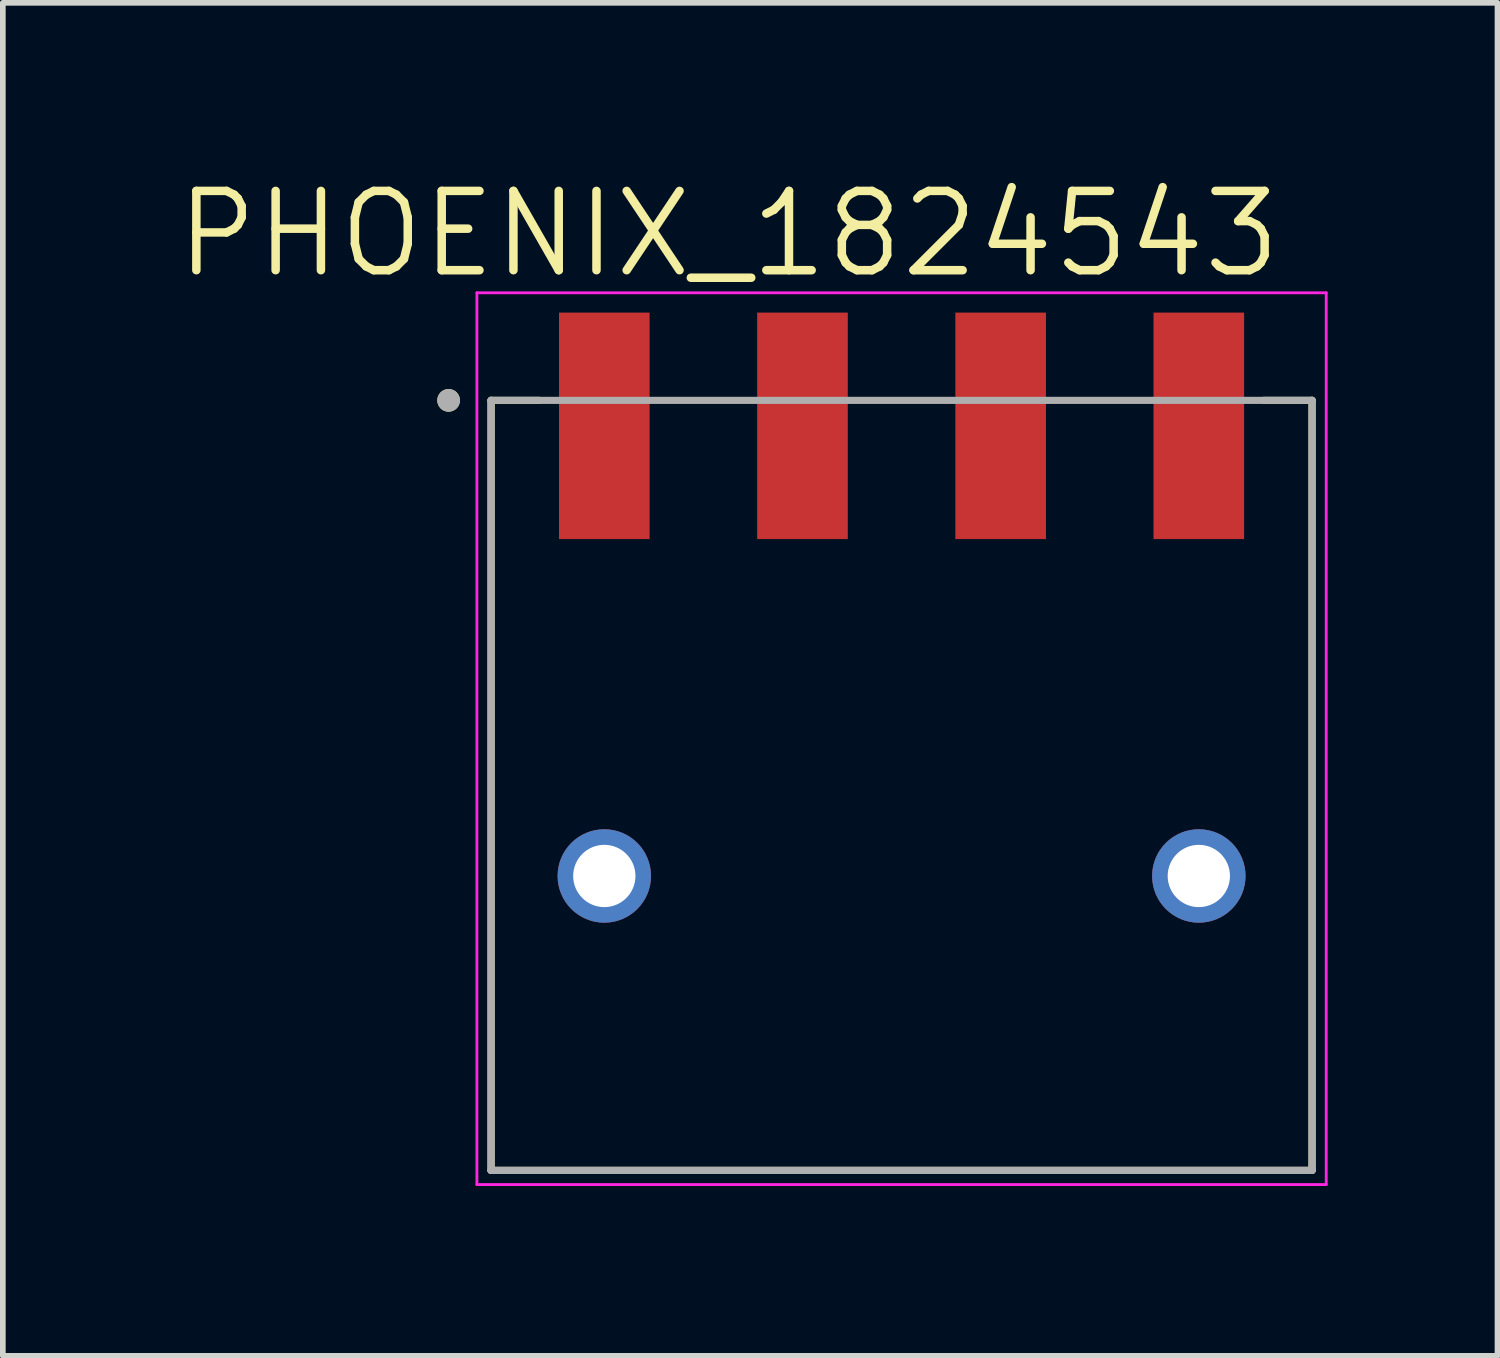
<source format=kicad_pcb>
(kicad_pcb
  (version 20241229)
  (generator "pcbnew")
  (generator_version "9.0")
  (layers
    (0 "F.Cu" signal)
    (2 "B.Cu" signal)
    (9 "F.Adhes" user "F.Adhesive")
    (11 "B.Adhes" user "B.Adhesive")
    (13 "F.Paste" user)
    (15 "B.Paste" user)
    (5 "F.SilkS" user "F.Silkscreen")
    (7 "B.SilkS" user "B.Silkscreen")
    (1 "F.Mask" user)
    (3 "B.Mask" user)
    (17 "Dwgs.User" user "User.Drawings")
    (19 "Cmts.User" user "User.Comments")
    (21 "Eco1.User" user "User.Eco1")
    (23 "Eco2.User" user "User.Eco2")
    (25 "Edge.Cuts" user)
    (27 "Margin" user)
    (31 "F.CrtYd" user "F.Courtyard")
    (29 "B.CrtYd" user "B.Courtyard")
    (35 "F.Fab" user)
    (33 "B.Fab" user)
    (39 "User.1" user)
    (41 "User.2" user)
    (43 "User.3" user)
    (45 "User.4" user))
  (footprint "PHOENIX_1824543"
    (layer "F.Cu")
    (at 12.873 10.821)
    (property "Reference" "PHOENIX_1824543" (at -3.055 -9.739 0) (layer "F.SilkS") (effects (font (size 1.4 1.4) (thickness 0.15))))
    (attr smd)
    (fp_line (start -7.25 -6.8) (end -7.25 6.8) (stroke (width 0.127) (type solid)) (layer "F.SilkS"))
    (fp_line (start -7.25 6.8) (end 7.25 6.8) (stroke (width 0.127) (type solid)) (layer "F.SilkS"))
    (fp_line (start -6.4 -6.8) (end -7.25 -6.8) (stroke (width 0.127) (type solid)) (layer "F.SilkS"))
    (fp_line (start 7.25 -6.8) (end 6.4 -6.8) (stroke (width 0.127) (type solid)) (layer "F.SilkS"))
    (fp_line (start 7.25 6.8) (end 7.25 -6.8) (stroke (width 0.127) (type solid)) (layer "F.SilkS"))
    (fp_circle (center -8 -6.8) (end -7.9 -6.8) (stroke (width 0.2) (type solid)) (fill no) (layer "F.SilkS"))
    (fp_line (start -7.5 -8.7) (end 7.5 -8.7) (stroke (width 0.05) (type solid)) (layer "F.CrtYd"))
    (fp_line (start -7.5 7.05) (end -7.5 -8.7) (stroke (width 0.05) (type solid)) (layer "F.CrtYd"))
    (fp_line (start 7.5 -8.7) (end 7.5 7.05) (stroke (width 0.05) (type solid)) (layer "F.CrtYd"))
    (fp_line (start 7.5 7.05) (end -7.5 7.05) (stroke (width 0.05) (type solid)) (layer "F.CrtYd"))
    (fp_line (start -7.25 -6.8) (end 7.25 -6.8) (stroke (width 0.127) (type solid)) (layer "F.Fab"))
    (fp_line (start -7.25 6.8) (end -7.25 -6.8) (stroke (width 0.127) (type solid)) (layer "F.Fab"))
    (fp_line (start 7.25 -6.8) (end 7.25 6.8) (stroke (width 0.127) (type solid)) (layer "F.Fab"))
    (fp_line (start 7.25 6.8) (end -7.25 6.8) (stroke (width 0.127) (type solid)) (layer "F.Fab"))
    (fp_circle (center -8 -6.8) (end -7.9 -6.8) (stroke (width 0.2) (type solid)) (fill no) (layer "F.Fab"))
    (pad "1" smd rect (at -5.25 -6.35) (size 1.6 4) (layers "F.Cu" "F.Mask" "F.Paste"))
    (pad "1_1" thru_hole circle (at -5.25 1.6) (size 1.65 1.65) (drill 1.1) (layers "*.Cu" "*.Mask"))
    (pad "2" smd rect (at -1.75 -6.35) (size 1.6 4) (layers "F.Cu" "F.Mask" "F.Paste"))
    (pad "3" smd rect (at 1.75 -6.35) (size 1.6 4) (layers "F.Cu" "F.Mask" "F.Paste"))
    (pad "4" smd rect (at 5.25 -6.35) (size 1.6 4) (layers "F.Cu" "F.Mask" "F.Paste"))
    (pad "4_1" thru_hole circle (at 5.25 1.6) (size 1.65 1.65) (drill 1.1) (layers "*.Cu" "*.Mask")))
  (gr_rect
    (start -3 -3)
    (end 23.398 20.896)
    (stroke (width 0.1) (type default))
    (fill no)
    (layer "Edge.Cuts")))
</source>
